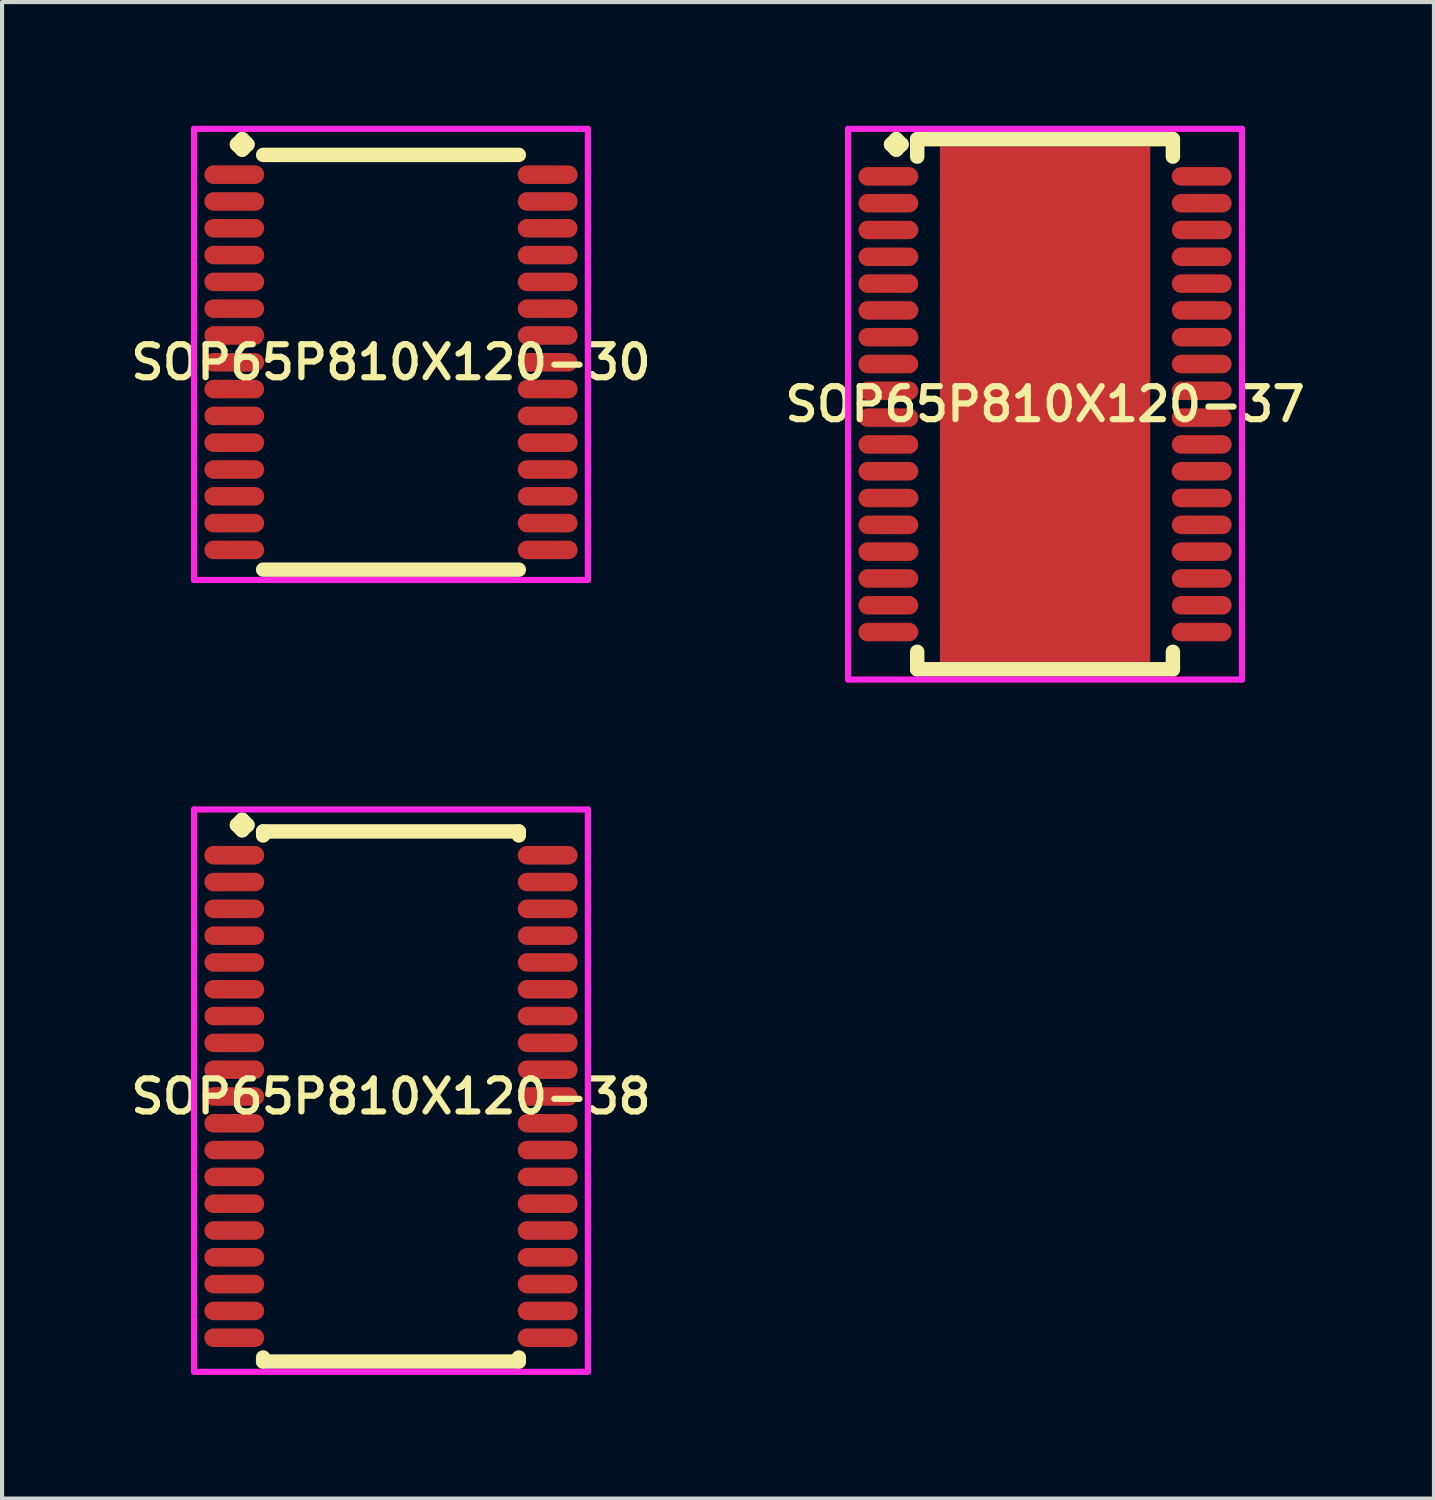
<source format=kicad_pcb>
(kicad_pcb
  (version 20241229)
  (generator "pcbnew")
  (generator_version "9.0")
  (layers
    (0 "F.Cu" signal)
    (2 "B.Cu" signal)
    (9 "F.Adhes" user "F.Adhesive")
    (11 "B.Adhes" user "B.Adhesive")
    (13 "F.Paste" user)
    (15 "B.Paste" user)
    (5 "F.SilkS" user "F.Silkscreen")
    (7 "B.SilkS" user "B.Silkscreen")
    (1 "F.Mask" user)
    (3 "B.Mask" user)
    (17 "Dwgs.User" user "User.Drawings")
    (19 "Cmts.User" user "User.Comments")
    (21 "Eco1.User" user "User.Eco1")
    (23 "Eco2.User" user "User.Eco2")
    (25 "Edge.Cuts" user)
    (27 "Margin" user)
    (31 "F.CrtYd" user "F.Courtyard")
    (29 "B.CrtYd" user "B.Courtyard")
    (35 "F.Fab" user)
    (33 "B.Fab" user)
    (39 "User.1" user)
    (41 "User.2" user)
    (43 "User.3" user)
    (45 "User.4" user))
  (footprint "SOP65P810X120-37"
    (layer "F.Cu")
    (at 22.292 6.752)
    (property "Reference" "SOP65P810X120-37" (at 0 0 0) (layer "F.SilkS") (effects (font (size 0.8 0.8) (thickness 0.15))))
    (attr smd)
    (fp_line (start -3.735 -6.3) (end -3.608 -6.427) (stroke (width 0.35) (type solid)) (layer "F.SilkS"))
    (fp_line (start -3.608 -6.427) (end -3.481 -6.3) (stroke (width 0.35) (type solid)) (layer "F.SilkS"))
    (fp_line (start -3.608 -6.173) (end -3.735 -6.3) (stroke (width 0.35) (type solid)) (layer "F.SilkS"))
    (fp_line (start -3.481 -6.3) (end -3.608 -6.173) (stroke (width 0.35) (type solid)) (layer "F.SilkS"))
    (fp_line (start -3.1 -6.427) (end 3.1 -6.427) (stroke (width 0.35) (type solid)) (layer "F.SilkS"))
    (fp_line (start -3.1 -6.004) (end -3.1 -6.427) (stroke (width 0.35) (type solid)) (layer "F.SilkS"))
    (fp_line (start -3.1 6.004) (end -3.1 6.427) (stroke (width 0.35) (type solid)) (layer "F.SilkS"))
    (fp_line (start -3.1 6.427) (end 3.1 6.427) (stroke (width 0.35) (type solid)) (layer "F.SilkS"))
    (fp_line (start 3.1 -6.427) (end 3.1 -6.004) (stroke (width 0.35) (type solid)) (layer "F.SilkS"))
    (fp_line (start 3.1 6.427) (end 3.1 6.004) (stroke (width 0.35) (type solid)) (layer "F.SilkS"))
    (fp_line (start -4.775 -6.677) (end 4.775 -6.677) (stroke (width 0.15) (type solid)) (layer "F.CrtYd"))
    (fp_line (start -4.775 6.677) (end -4.775 -6.677) (stroke (width 0.15) (type solid)) (layer "F.CrtYd"))
    (fp_line (start 4.775 -6.677) (end 4.775 6.677) (stroke (width 0.15) (type solid)) (layer "F.CrtYd"))
    (fp_line (start 4.775 6.677) (end -4.775 6.677) (stroke (width 0.15) (type solid)) (layer "F.CrtYd"))
    (pad "1" smd oval (at -3.8 -5.525) (size 1.45 0.45) (layers "F.Cu" "F.Mask" "F.Paste"))
    (pad "2" smd oval (at -3.8 -4.875) (size 1.45 0.45) (layers "F.Cu" "F.Mask" "F.Paste"))
    (pad "3" smd oval (at -3.8 -4.225) (size 1.45 0.45) (layers "F.Cu" "F.Mask" "F.Paste"))
    (pad "4" smd oval (at -3.8 -3.575) (size 1.45 0.45) (layers "F.Cu" "F.Mask" "F.Paste"))
    (pad "5" smd oval (at -3.8 -2.925) (size 1.45 0.45) (layers "F.Cu" "F.Mask" "F.Paste"))
    (pad "6" smd oval (at -3.8 -2.275) (size 1.45 0.45) (layers "F.Cu" "F.Mask" "F.Paste"))
    (pad "7" smd oval (at -3.8 -1.625) (size 1.45 0.45) (layers "F.Cu" "F.Mask" "F.Paste"))
    (pad "8" smd oval (at -3.8 -0.975) (size 1.45 0.45) (layers "F.Cu" "F.Mask" "F.Paste"))
    (pad "9" smd oval (at -3.8 -0.325) (size 1.45 0.45) (layers "F.Cu" "F.Mask" "F.Paste"))
    (pad "10" smd oval (at -3.8 0.325) (size 1.45 0.45) (layers "F.Cu" "F.Mask" "F.Paste"))
    (pad "11" smd oval (at -3.8 0.975) (size 1.45 0.45) (layers "F.Cu" "F.Mask" "F.Paste"))
    (pad "12" smd oval (at -3.8 1.625) (size 1.45 0.45) (layers "F.Cu" "F.Mask" "F.Paste"))
    (pad "13" smd oval (at -3.8 2.275) (size 1.45 0.45) (layers "F.Cu" "F.Mask" "F.Paste"))
    (pad "14" smd oval (at -3.8 2.925) (size 1.45 0.45) (layers "F.Cu" "F.Mask" "F.Paste"))
    (pad "15" smd oval (at -3.8 3.575) (size 1.45 0.45) (layers "F.Cu" "F.Mask" "F.Paste"))
    (pad "16" smd oval (at -3.8 4.225) (size 1.45 0.45) (layers "F.Cu" "F.Mask" "F.Paste"))
    (pad "17" smd oval (at -3.8 4.875) (size 1.45 0.45) (layers "F.Cu" "F.Mask" "F.Paste"))
    (pad "18" smd oval (at -3.8 5.525) (size 1.45 0.45) (layers "F.Cu" "F.Mask" "F.Paste"))
    (pad "19" smd oval (at 3.8 5.525) (size 1.45 0.45) (layers "F.Cu" "F.Mask" "F.Paste"))
    (pad "20" smd oval (at 3.8 4.875) (size 1.45 0.45) (layers "F.Cu" "F.Mask" "F.Paste"))
    (pad "21" smd oval (at 3.8 4.225) (size 1.45 0.45) (layers "F.Cu" "F.Mask" "F.Paste"))
    (pad "22" smd oval (at 3.8 3.575) (size 1.45 0.45) (layers "F.Cu" "F.Mask" "F.Paste"))
    (pad "23" smd oval (at 3.8 2.925) (size 1.45 0.45) (layers "F.Cu" "F.Mask" "F.Paste"))
    (pad "24" smd oval (at 3.8 2.275) (size 1.45 0.45) (layers "F.Cu" "F.Mask" "F.Paste"))
    (pad "25" smd oval (at 3.8 1.625) (size 1.45 0.45) (layers "F.Cu" "F.Mask" "F.Paste"))
    (pad "26" smd oval (at 3.8 0.975) (size 1.45 0.45) (layers "F.Cu" "F.Mask" "F.Paste"))
    (pad "27" smd oval (at 3.8 0.325) (size 1.45 0.45) (layers "F.Cu" "F.Mask" "F.Paste"))
    (pad "28" smd oval (at 3.8 -0.325) (size 1.45 0.45) (layers "F.Cu" "F.Mask" "F.Paste"))
    (pad "29" smd oval (at 3.8 -0.975) (size 1.45 0.45) (layers "F.Cu" "F.Mask" "F.Paste"))
    (pad "30" smd oval (at 3.8 -1.625) (size 1.45 0.45) (layers "F.Cu" "F.Mask" "F.Paste"))
    (pad "31" smd oval (at 3.8 -2.275) (size 1.45 0.45) (layers "F.Cu" "F.Mask" "F.Paste"))
    (pad "32" smd oval (at 3.8 -2.925) (size 1.45 0.45) (layers "F.Cu" "F.Mask" "F.Paste"))
    (pad "33" smd oval (at 3.8 -3.575) (size 1.45 0.45) (layers "F.Cu" "F.Mask" "F.Paste"))
    (pad "34" smd oval (at 3.8 -4.225) (size 1.45 0.45) (layers "F.Cu" "F.Mask" "F.Paste"))
    (pad "35" smd oval (at 3.8 -4.875) (size 1.45 0.45) (layers "F.Cu" "F.Mask" "F.Paste"))
    (pad "36" smd oval (at 3.8 -5.525) (size 1.45 0.45) (layers "F.Cu" "F.Mask" "F.Paste"))
    (pad "37" smd rect (at 0 0) (size 5.1 12.5) (layers "F.Cu" "F.Mask" "F.Paste")))
  (footprint "SOP65P810X120-30"
    (layer "F.Cu")
    (at 6.431 5.735)
    (property "Reference" "SOP65P810X120-30" (at 0 0 0) (layer "F.SilkS") (effects (font (size 0.8 0.8) (thickness 0.15))))
    (attr smd)
    (fp_line (start -3.735 -5.283) (end -3.608 -5.41) (stroke (width 0.35) (type solid)) (layer "F.SilkS"))
    (fp_line (start -3.608 -5.41) (end -3.481 -5.283) (stroke (width 0.35) (type solid)) (layer "F.SilkS"))
    (fp_line (start -3.608 -5.156) (end -3.735 -5.283) (stroke (width 0.35) (type solid)) (layer "F.SilkS"))
    (fp_line (start -3.481 -5.283) (end -3.608 -5.156) (stroke (width 0.35) (type solid)) (layer "F.SilkS"))
    (fp_line (start -3.1 -5.029) (end 3.1 -5.029) (stroke (width 0.35) (type solid)) (layer "F.SilkS"))
    (fp_line (start -3.1 5.029) (end 3.1 5.029) (stroke (width 0.35) (type solid)) (layer "F.SilkS"))
    (fp_line (start -4.775 -5.66) (end 4.775 -5.66) (stroke (width 0.15) (type solid)) (layer "F.CrtYd"))
    (fp_line (start -4.775 5.279) (end -4.775 -5.66) (stroke (width 0.15) (type solid)) (layer "F.CrtYd"))
    (fp_line (start 4.775 -5.66) (end 4.775 5.279) (stroke (width 0.15) (type solid)) (layer "F.CrtYd"))
    (fp_line (start 4.775 5.279) (end -4.775 5.279) (stroke (width 0.15) (type solid)) (layer "F.CrtYd"))
    (pad "1" smd oval (at -3.8 -4.55) (size 1.45 0.45) (layers "F.Cu" "F.Mask" "F.Paste"))
    (pad "2" smd oval (at -3.8 -3.9) (size 1.45 0.45) (layers "F.Cu" "F.Mask" "F.Paste"))
    (pad "3" smd oval (at -3.8 -3.25) (size 1.45 0.45) (layers "F.Cu" "F.Mask" "F.Paste"))
    (pad "4" smd oval (at -3.8 -2.6) (size 1.45 0.45) (layers "F.Cu" "F.Mask" "F.Paste"))
    (pad "5" smd oval (at -3.8 -1.95) (size 1.45 0.45) (layers "F.Cu" "F.Mask" "F.Paste"))
    (pad "6" smd oval (at -3.8 -1.3) (size 1.45 0.45) (layers "F.Cu" "F.Mask" "F.Paste"))
    (pad "7" smd oval (at -3.8 -0.65) (size 1.45 0.45) (layers "F.Cu" "F.Mask" "F.Paste"))
    (pad "8" smd oval (at -3.8 0) (size 1.45 0.45) (layers "F.Cu" "F.Mask" "F.Paste"))
    (pad "9" smd oval (at -3.8 0.65) (size 1.45 0.45) (layers "F.Cu" "F.Mask" "F.Paste"))
    (pad "10" smd oval (at -3.8 1.3) (size 1.45 0.45) (layers "F.Cu" "F.Mask" "F.Paste"))
    (pad "11" smd oval (at -3.8 1.95) (size 1.45 0.45) (layers "F.Cu" "F.Mask" "F.Paste"))
    (pad "12" smd oval (at -3.8 2.6) (size 1.45 0.45) (layers "F.Cu" "F.Mask" "F.Paste"))
    (pad "13" smd oval (at -3.8 3.25) (size 1.45 0.45) (layers "F.Cu" "F.Mask" "F.Paste"))
    (pad "14" smd oval (at -3.8 3.9) (size 1.45 0.45) (layers "F.Cu" "F.Mask" "F.Paste"))
    (pad "15" smd oval (at -3.8 4.55) (size 1.45 0.45) (layers "F.Cu" "F.Mask" "F.Paste"))
    (pad "16" smd oval (at 3.8 4.55) (size 1.45 0.45) (layers "F.Cu" "F.Mask" "F.Paste"))
    (pad "17" smd oval (at 3.8 3.9) (size 1.45 0.45) (layers "F.Cu" "F.Mask" "F.Paste"))
    (pad "18" smd oval (at 3.8 3.25) (size 1.45 0.45) (layers "F.Cu" "F.Mask" "F.Paste"))
    (pad "19" smd oval (at 3.8 2.6) (size 1.45 0.45) (layers "F.Cu" "F.Mask" "F.Paste"))
    (pad "20" smd oval (at 3.8 1.95) (size 1.45 0.45) (layers "F.Cu" "F.Mask" "F.Paste"))
    (pad "21" smd oval (at 3.8 1.3) (size 1.45 0.45) (layers "F.Cu" "F.Mask" "F.Paste"))
    (pad "22" smd oval (at 3.8 0.65) (size 1.45 0.45) (layers "F.Cu" "F.Mask" "F.Paste"))
    (pad "23" smd oval (at 3.8 0) (size 1.45 0.45) (layers "F.Cu" "F.Mask" "F.Paste"))
    (pad "24" smd oval (at 3.8 -0.65) (size 1.45 0.45) (layers "F.Cu" "F.Mask" "F.Paste"))
    (pad "25" smd oval (at 3.8 -1.3) (size 1.45 0.45) (layers "F.Cu" "F.Mask" "F.Paste"))
    (pad "26" smd oval (at 3.8 -1.95) (size 1.45 0.45) (layers "F.Cu" "F.Mask" "F.Paste"))
    (pad "27" smd oval (at 3.8 -2.6) (size 1.45 0.45) (layers "F.Cu" "F.Mask" "F.Paste"))
    (pad "28" smd oval (at 3.8 -3.25) (size 1.45 0.45) (layers "F.Cu" "F.Mask" "F.Paste"))
    (pad "29" smd oval (at 3.8 -3.9) (size 1.45 0.45) (layers "F.Cu" "F.Mask" "F.Paste"))
    (pad "30" smd oval (at 3.8 -4.55) (size 1.45 0.45) (layers "F.Cu" "F.Mask" "F.Paste")))
  (footprint "SOP65P810X120-38"
    (layer "F.Cu")
    (at 6.431 23.539)
    (property "Reference" "SOP65P810X120-38" (at 0 0 0) (layer "F.SilkS") (effects (font (size 0.8 0.8) (thickness 0.15))))
    (attr smd)
    (fp_line (start -3.735 -6.583) (end -3.608 -6.71) (stroke (width 0.35) (type solid)) (layer "F.SilkS"))
    (fp_line (start -3.608 -6.71) (end -3.481 -6.583) (stroke (width 0.35) (type solid)) (layer "F.SilkS"))
    (fp_line (start -3.608 -6.456) (end -3.735 -6.583) (stroke (width 0.35) (type solid)) (layer "F.SilkS"))
    (fp_line (start -3.481 -6.583) (end -3.608 -6.456) (stroke (width 0.35) (type solid)) (layer "F.SilkS"))
    (fp_line (start -3.1 -6.427) (end 3.1 -6.427) (stroke (width 0.35) (type solid)) (layer "F.SilkS"))
    (fp_line (start -3.1 -6.329) (end -3.1 -6.427) (stroke (width 0.35) (type solid)) (layer "F.SilkS"))
    (fp_line (start -3.1 6.329) (end -3.1 6.427) (stroke (width 0.35) (type solid)) (layer "F.SilkS"))
    (fp_line (start -3.1 6.427) (end 3.1 6.427) (stroke (width 0.35) (type solid)) (layer "F.SilkS"))
    (fp_line (start 3.1 -6.427) (end 3.1 -6.329) (stroke (width 0.35) (type solid)) (layer "F.SilkS"))
    (fp_line (start 3.1 6.427) (end 3.1 6.329) (stroke (width 0.35) (type solid)) (layer "F.SilkS"))
    (fp_line (start -4.775 -6.96) (end 4.775 -6.96) (stroke (width 0.15) (type solid)) (layer "F.CrtYd"))
    (fp_line (start -4.775 6.677) (end -4.775 -6.96) (stroke (width 0.15) (type solid)) (layer "F.CrtYd"))
    (fp_line (start 4.775 -6.96) (end 4.775 6.677) (stroke (width 0.15) (type solid)) (layer "F.CrtYd"))
    (fp_line (start 4.775 6.677) (end -4.775 6.677) (stroke (width 0.15) (type solid)) (layer "F.CrtYd"))
    (pad "1" smd oval (at -3.8 -5.85) (size 1.45 0.45) (layers "F.Cu" "F.Mask" "F.Paste"))
    (pad "2" smd oval (at -3.8 -5.2) (size 1.45 0.45) (layers "F.Cu" "F.Mask" "F.Paste"))
    (pad "3" smd oval (at -3.8 -4.55) (size 1.45 0.45) (layers "F.Cu" "F.Mask" "F.Paste"))
    (pad "4" smd oval (at -3.8 -3.9) (size 1.45 0.45) (layers "F.Cu" "F.Mask" "F.Paste"))
    (pad "5" smd oval (at -3.8 -3.25) (size 1.45 0.45) (layers "F.Cu" "F.Mask" "F.Paste"))
    (pad "6" smd oval (at -3.8 -2.6) (size 1.45 0.45) (layers "F.Cu" "F.Mask" "F.Paste"))
    (pad "7" smd oval (at -3.8 -1.95) (size 1.45 0.45) (layers "F.Cu" "F.Mask" "F.Paste"))
    (pad "8" smd oval (at -3.8 -1.3) (size 1.45 0.45) (layers "F.Cu" "F.Mask" "F.Paste"))
    (pad "9" smd oval (at -3.8 -0.65) (size 1.45 0.45) (layers "F.Cu" "F.Mask" "F.Paste"))
    (pad "10" smd oval (at -3.8 0) (size 1.45 0.45) (layers "F.Cu" "F.Mask" "F.Paste"))
    (pad "11" smd oval (at -3.8 0.65) (size 1.45 0.45) (layers "F.Cu" "F.Mask" "F.Paste"))
    (pad "12" smd oval (at -3.8 1.3) (size 1.45 0.45) (layers "F.Cu" "F.Mask" "F.Paste"))
    (pad "13" smd oval (at -3.8 1.95) (size 1.45 0.45) (layers "F.Cu" "F.Mask" "F.Paste"))
    (pad "14" smd oval (at -3.8 2.6) (size 1.45 0.45) (layers "F.Cu" "F.Mask" "F.Paste"))
    (pad "15" smd oval (at -3.8 3.25) (size 1.45 0.45) (layers "F.Cu" "F.Mask" "F.Paste"))
    (pad "16" smd oval (at -3.8 3.9) (size 1.45 0.45) (layers "F.Cu" "F.Mask" "F.Paste"))
    (pad "17" smd oval (at -3.8 4.55) (size 1.45 0.45) (layers "F.Cu" "F.Mask" "F.Paste"))
    (pad "18" smd oval (at -3.8 5.2) (size 1.45 0.45) (layers "F.Cu" "F.Mask" "F.Paste"))
    (pad "19" smd oval (at -3.8 5.85) (size 1.45 0.45) (layers "F.Cu" "F.Mask" "F.Paste"))
    (pad "20" smd oval (at 3.8 5.85) (size 1.45 0.45) (layers "F.Cu" "F.Mask" "F.Paste"))
    (pad "21" smd oval (at 3.8 5.2) (size 1.45 0.45) (layers "F.Cu" "F.Mask" "F.Paste"))
    (pad "22" smd oval (at 3.8 4.55) (size 1.45 0.45) (layers "F.Cu" "F.Mask" "F.Paste"))
    (pad "23" smd oval (at 3.8 3.9) (size 1.45 0.45) (layers "F.Cu" "F.Mask" "F.Paste"))
    (pad "24" smd oval (at 3.8 3.25) (size 1.45 0.45) (layers "F.Cu" "F.Mask" "F.Paste"))
    (pad "25" smd oval (at 3.8 2.6) (size 1.45 0.45) (layers "F.Cu" "F.Mask" "F.Paste"))
    (pad "26" smd oval (at 3.8 1.95) (size 1.45 0.45) (layers "F.Cu" "F.Mask" "F.Paste"))
    (pad "27" smd oval (at 3.8 1.3) (size 1.45 0.45) (layers "F.Cu" "F.Mask" "F.Paste"))
    (pad "28" smd oval (at 3.8 0.65) (size 1.45 0.45) (layers "F.Cu" "F.Mask" "F.Paste"))
    (pad "29" smd oval (at 3.8 0) (size 1.45 0.45) (layers "F.Cu" "F.Mask" "F.Paste"))
    (pad "30" smd oval (at 3.8 -0.65) (size 1.45 0.45) (layers "F.Cu" "F.Mask" "F.Paste"))
    (pad "31" smd oval (at 3.8 -1.3) (size 1.45 0.45) (layers "F.Cu" "F.Mask" "F.Paste"))
    (pad "32" smd oval (at 3.8 -1.95) (size 1.45 0.45) (layers "F.Cu" "F.Mask" "F.Paste"))
    (pad "33" smd oval (at 3.8 -2.6) (size 1.45 0.45) (layers "F.Cu" "F.Mask" "F.Paste"))
    (pad "34" smd oval (at 3.8 -3.25) (size 1.45 0.45) (layers "F.Cu" "F.Mask" "F.Paste"))
    (pad "35" smd oval (at 3.8 -3.9) (size 1.45 0.45) (layers "F.Cu" "F.Mask" "F.Paste"))
    (pad "36" smd oval (at 3.8 -4.55) (size 1.45 0.45) (layers "F.Cu" "F.Mask" "F.Paste"))
    (pad "37" smd oval (at 3.8 -5.2) (size 1.45 0.45) (layers "F.Cu" "F.Mask" "F.Paste"))
    (pad "38" smd oval (at 3.8 -5.85) (size 1.45 0.45) (layers "F.Cu" "F.Mask" "F.Paste")))
  (gr_rect
    (start -3 -3)
    (end 31.723 33.291)
    (stroke (width 0.1) (type default))
    (fill no)
    (layer "Edge.Cuts")))
</source>
